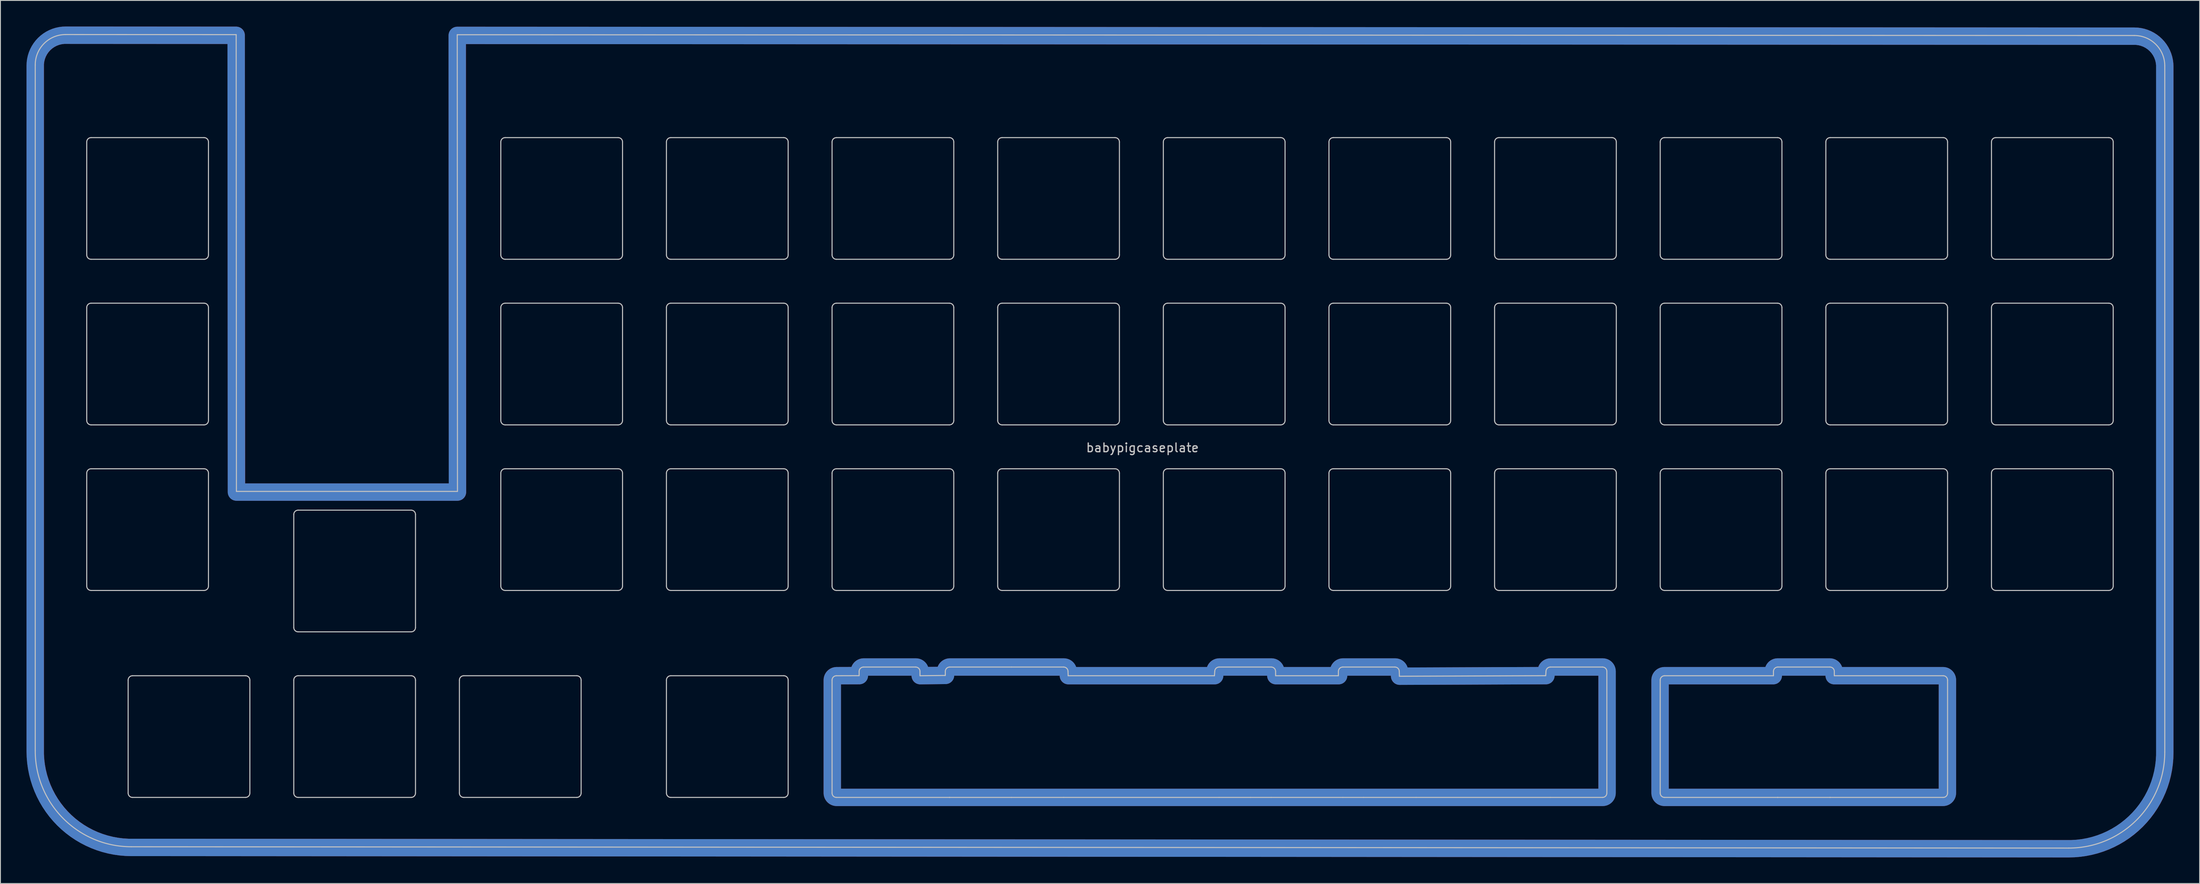
<source format=kicad_pcb>
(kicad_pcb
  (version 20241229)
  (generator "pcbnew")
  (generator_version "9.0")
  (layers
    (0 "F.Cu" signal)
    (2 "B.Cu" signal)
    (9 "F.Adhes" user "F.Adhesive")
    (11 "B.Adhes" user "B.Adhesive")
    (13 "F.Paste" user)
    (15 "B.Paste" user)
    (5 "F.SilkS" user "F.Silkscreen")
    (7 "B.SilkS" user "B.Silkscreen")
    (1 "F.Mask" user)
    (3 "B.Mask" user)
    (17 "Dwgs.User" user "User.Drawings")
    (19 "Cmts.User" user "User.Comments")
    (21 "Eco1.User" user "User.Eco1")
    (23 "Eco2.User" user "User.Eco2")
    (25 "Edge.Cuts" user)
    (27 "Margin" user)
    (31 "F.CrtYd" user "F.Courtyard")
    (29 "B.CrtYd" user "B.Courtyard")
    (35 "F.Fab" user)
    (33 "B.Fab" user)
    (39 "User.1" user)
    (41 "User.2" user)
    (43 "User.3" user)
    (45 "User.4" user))
  (footprint "babypigcaseplate"
    (layer "F.Cu")
    (at 128.353 47.963)
    (property "Reference" "babypigcaseplate" (at 0 0.5 0) (layer "Dwgs.User") (effects (font (size 1 1) (thickness 0.15))))
    (attr through_hole)
    (fp_line (start -127.35 35.359) (end -127.35 -43.544) (stroke (width 0.12) (type solid)) (layer "Dwgs.User"))
    (fp_line (start -123.855 -47.039) (end -104.239 -47.028) (stroke (width 0.12) (type solid)) (layer "Dwgs.User"))
    (fp_line (start -121.427 -21.681) (end -121.427 -34.681) (stroke (width 0.12) (type solid)) (layer "Dwgs.User"))
    (fp_line (start -121.427 -2.631) (end -121.427 -15.631) (stroke (width 0.12) (type solid)) (layer "Dwgs.User"))
    (fp_line (start -121.427 16.419) (end -121.427 3.419) (stroke (width 0.12) (type solid)) (layer "Dwgs.User"))
    (fp_line (start -120.927 -35.181) (end -107.927 -35.181) (stroke (width 0.12) (type solid)) (layer "Dwgs.User"))
    (fp_line (start -120.927 -16.131) (end -107.927 -16.131) (stroke (width 0.12) (type solid)) (layer "Dwgs.User"))
    (fp_line (start -120.927 2.919) (end -107.927 2.919) (stroke (width 0.12) (type solid)) (layer "Dwgs.User"))
    (fp_line (start -116.664 40.231) (end -116.664 27.231) (stroke (width 0.12) (type solid)) (layer "Dwgs.User"))
    (fp_line (start -116.164 26.731) (end -103.164 26.731) (stroke (width 0.12) (type solid)) (layer "Dwgs.User"))
    (fp_line (start -107.927 -21.181) (end -120.927 -21.181) (stroke (width 0.12) (type solid)) (layer "Dwgs.User"))
    (fp_line (start -107.927 -2.131) (end -120.927 -2.131) (stroke (width 0.12) (type solid)) (layer "Dwgs.User"))
    (fp_line (start -107.927 16.919) (end -120.927 16.919) (stroke (width 0.12) (type solid)) (layer "Dwgs.User"))
    (fp_line (start -107.427 -34.681) (end -107.427 -21.681) (stroke (width 0.12) (type solid)) (layer "Dwgs.User"))
    (fp_line (start -107.427 -15.631) (end -107.427 -2.631) (stroke (width 0.12) (type solid)) (layer "Dwgs.User"))
    (fp_line (start -107.427 3.419) (end -107.427 16.419) (stroke (width 0.12) (type solid)) (layer "Dwgs.User"))
    (fp_line (start -104.209 5.524) (end -104.239 -47.028) (stroke (width 0.12) (type solid)) (layer "Dwgs.User"))
    (fp_line (start -103.164 40.731) (end -116.164 40.731) (stroke (width 0.12) (type solid)) (layer "Dwgs.User"))
    (fp_line (start -102.664 27.231) (end -102.664 40.231) (stroke (width 0.12) (type solid)) (layer "Dwgs.User"))
    (fp_line (start -97.614 21.181) (end -97.614 8.181) (stroke (width 0.12) (type solid)) (layer "Dwgs.User"))
    (fp_line (start -97.614 40.231) (end -97.614 27.231) (stroke (width 0.12) (type solid)) (layer "Dwgs.User"))
    (fp_line (start -97.114 7.681) (end -84.114 7.681) (stroke (width 0.12) (type solid)) (layer "Dwgs.User"))
    (fp_line (start -97.114 26.731) (end -84.114 26.731) (stroke (width 0.12) (type solid)) (layer "Dwgs.User"))
    (fp_line (start -84.114 21.681) (end -97.114 21.681) (stroke (width 0.12) (type solid)) (layer "Dwgs.User"))
    (fp_line (start -84.114 40.731) (end -97.114 40.731) (stroke (width 0.12) (type solid)) (layer "Dwgs.User"))
    (fp_line (start -83.614 8.181) (end -83.614 21.181) (stroke (width 0.12) (type solid)) (layer "Dwgs.User"))
    (fp_line (start -83.614 27.231) (end -83.614 40.231) (stroke (width 0.12) (type solid)) (layer "Dwgs.User"))
    (fp_line (start -78.813 -47.018) (end -78.786 5.524) (stroke (width 0.12) (type solid)) (layer "Dwgs.User"))
    (fp_line (start -78.813 -47.018) (end 114.086 -46.927) (stroke (width 0.12) (type solid)) (layer "Dwgs.User"))
    (fp_line (start -78.786 5.524) (end -104.209 5.524) (stroke (width 0.12) (type solid)) (layer "Dwgs.User"))
    (fp_line (start -78.564 40.231) (end -78.564 27.231) (stroke (width 0.12) (type solid)) (layer "Dwgs.User"))
    (fp_line (start -78.064 26.731) (end -65.064 26.731) (stroke (width 0.12) (type solid)) (layer "Dwgs.User"))
    (fp_line (start -73.802 -21.681) (end -73.802 -34.681) (stroke (width 0.12) (type solid)) (layer "Dwgs.User"))
    (fp_line (start -73.802 -2.631) (end -73.802 -15.631) (stroke (width 0.12) (type solid)) (layer "Dwgs.User"))
    (fp_line (start -73.802 16.419) (end -73.802 3.419) (stroke (width 0.12) (type solid)) (layer "Dwgs.User"))
    (fp_line (start -73.302 -35.181) (end -60.302 -35.181) (stroke (width 0.12) (type solid)) (layer "Dwgs.User"))
    (fp_line (start -73.302 -16.131) (end -60.302 -16.131) (stroke (width 0.12) (type solid)) (layer "Dwgs.User"))
    (fp_line (start -73.302 2.919) (end -60.302 2.919) (stroke (width 0.12) (type solid)) (layer "Dwgs.User"))
    (fp_line (start -65.064 40.731) (end -78.064 40.731) (stroke (width 0.12) (type solid)) (layer "Dwgs.User"))
    (fp_line (start -64.564 27.231) (end -64.564 40.231) (stroke (width 0.12) (type solid)) (layer "Dwgs.User"))
    (fp_line (start -60.302 -21.181) (end -73.302 -21.181) (stroke (width 0.12) (type solid)) (layer "Dwgs.User"))
    (fp_line (start -60.302 -2.131) (end -73.302 -2.131) (stroke (width 0.12) (type solid)) (layer "Dwgs.User"))
    (fp_line (start -60.302 16.919) (end -73.302 16.919) (stroke (width 0.12) (type solid)) (layer "Dwgs.User"))
    (fp_line (start -59.802 -34.681) (end -59.802 -21.681) (stroke (width 0.12) (type solid)) (layer "Dwgs.User"))
    (fp_line (start -59.802 -15.631) (end -59.802 -2.631) (stroke (width 0.12) (type solid)) (layer "Dwgs.User"))
    (fp_line (start -59.802 3.419) (end -59.802 16.419) (stroke (width 0.12) (type solid)) (layer "Dwgs.User"))
    (fp_line (start -54.752 -21.681) (end -54.752 -34.681) (stroke (width 0.12) (type solid)) (layer "Dwgs.User"))
    (fp_line (start -54.752 -2.631) (end -54.752 -15.631) (stroke (width 0.12) (type solid)) (layer "Dwgs.User"))
    (fp_line (start -54.752 16.419) (end -54.752 3.419) (stroke (width 0.12) (type solid)) (layer "Dwgs.User"))
    (fp_line (start -54.752 40.231) (end -54.752 27.231) (stroke (width 0.12) (type solid)) (layer "Dwgs.User"))
    (fp_line (start -54.252 -35.181) (end -41.252 -35.181) (stroke (width 0.12) (type solid)) (layer "Dwgs.User"))
    (fp_line (start -54.252 -16.131) (end -41.252 -16.131) (stroke (width 0.12) (type solid)) (layer "Dwgs.User"))
    (fp_line (start -54.252 2.919) (end -41.252 2.919) (stroke (width 0.12) (type solid)) (layer "Dwgs.User"))
    (fp_line (start -54.252 26.731) (end -41.252 26.731) (stroke (width 0.12) (type solid)) (layer "Dwgs.User"))
    (fp_line (start -41.252 -21.181) (end -54.252 -21.181) (stroke (width 0.12) (type solid)) (layer "Dwgs.User"))
    (fp_line (start -41.252 -2.131) (end -54.252 -2.131) (stroke (width 0.12) (type solid)) (layer "Dwgs.User"))
    (fp_line (start -41.252 16.919) (end -54.252 16.919) (stroke (width 0.12) (type solid)) (layer "Dwgs.User"))
    (fp_line (start -41.252 40.731) (end -54.252 40.731) (stroke (width 0.12) (type solid)) (layer "Dwgs.User"))
    (fp_line (start -40.752 -34.681) (end -40.752 -21.681) (stroke (width 0.12) (type solid)) (layer "Dwgs.User"))
    (fp_line (start -40.752 -15.631) (end -40.752 -2.631) (stroke (width 0.12) (type solid)) (layer "Dwgs.User"))
    (fp_line (start -40.752 3.419) (end -40.752 16.419) (stroke (width 0.12) (type solid)) (layer "Dwgs.User"))
    (fp_line (start -40.752 27.231) (end -40.752 40.231) (stroke (width 0.12) (type solid)) (layer "Dwgs.User"))
    (fp_line (start -35.702 -21.681) (end -35.702 -34.681) (stroke (width 0.12) (type solid)) (layer "Dwgs.User"))
    (fp_line (start -35.702 -2.631) (end -35.702 -15.631) (stroke (width 0.12) (type solid)) (layer "Dwgs.User"))
    (fp_line (start -35.702 16.419) (end -35.702 3.419) (stroke (width 0.12) (type solid)) (layer "Dwgs.User"))
    (fp_line (start -35.702 27.231) (end -35.702 40.231) (stroke (width 0.12) (type solid)) (layer "Dwgs.User"))
    (fp_line (start -35.202 -35.181) (end -22.202 -35.181) (stroke (width 0.12) (type solid)) (layer "Dwgs.User"))
    (fp_line (start -35.202 -16.131) (end -22.202 -16.131) (stroke (width 0.12) (type solid)) (layer "Dwgs.User"))
    (fp_line (start -35.202 2.919) (end -22.202 2.919) (stroke (width 0.12) (type solid)) (layer "Dwgs.User"))
    (fp_line (start -35.202 26.731) (end -32.588 26.724) (stroke (width 0.12) (type solid)) (layer "Dwgs.User"))
    (fp_line (start -35.202 40.731) (end -22.202 40.731) (stroke (width 0.12) (type solid)) (layer "Dwgs.User"))
    (fp_line (start -32.589 26.232) (end -32.588 26.724) (stroke (width 0.12) (type solid)) (layer "Dwgs.User"))
    (fp_line (start -26.089 25.731) (end -32.089 25.731) (stroke (width 0.12) (type solid)) (layer "Dwgs.User"))
    (fp_line (start -25.589 26.731) (end -25.589 26.231) (stroke (width 0.12) (type solid)) (layer "Dwgs.User"))
    (fp_line (start -25.589 26.731) (end -22.677 26.698) (stroke (width 0.12) (type solid)) (layer "Dwgs.User"))
    (fp_line (start -22.677 26.231) (end -22.677 26.698) (stroke (width 0.12) (type solid)) (layer "Dwgs.User"))
    (fp_line (start -22.202 -21.181) (end -35.202 -21.181) (stroke (width 0.12) (type solid)) (layer "Dwgs.User"))
    (fp_line (start -22.202 -2.131) (end -35.202 -2.131) (stroke (width 0.12) (type solid)) (layer "Dwgs.User"))
    (fp_line (start -22.202 16.919) (end -35.202 16.919) (stroke (width 0.12) (type solid)) (layer "Dwgs.User"))
    (fp_line (start -22.177 40.731) (end -15.065 40.731) (stroke (width 0.12) (type solid)) (layer "Dwgs.User"))
    (fp_line (start -21.702 -34.681) (end -21.702 -21.681) (stroke (width 0.12) (type solid)) (layer "Dwgs.User"))
    (fp_line (start -21.702 -15.631) (end -21.702 -2.631) (stroke (width 0.12) (type solid)) (layer "Dwgs.User"))
    (fp_line (start -21.702 3.419) (end -21.702 16.419) (stroke (width 0.12) (type solid)) (layer "Dwgs.User"))
    (fp_line (start -16.652 -21.681) (end -16.652 -34.681) (stroke (width 0.12) (type solid)) (layer "Dwgs.User"))
    (fp_line (start -16.652 -2.631) (end -16.652 -15.631) (stroke (width 0.12) (type solid)) (layer "Dwgs.User"))
    (fp_line (start -16.652 16.419) (end -16.652 3.419) (stroke (width 0.12) (type solid)) (layer "Dwgs.User"))
    (fp_line (start -16.152 -35.181) (end -3.152 -35.181) (stroke (width 0.12) (type solid)) (layer "Dwgs.User"))
    (fp_line (start -16.152 -16.131) (end -3.152 -16.131) (stroke (width 0.12) (type solid)) (layer "Dwgs.User"))
    (fp_line (start -16.152 2.919) (end -3.152 2.919) (stroke (width 0.12) (type solid)) (layer "Dwgs.User"))
    (fp_line (start -15.065 25.731) (end -22.177 25.731) (stroke (width 0.12) (type solid)) (layer "Dwgs.User"))
    (fp_line (start -15.065 40.731) (end -9.065 40.731) (stroke (width 0.12) (type solid)) (layer "Dwgs.User"))
    (fp_line (start -9.065 25.731) (end -15.065 25.731) (stroke (width 0.12) (type solid)) (layer "Dwgs.User"))
    (fp_line (start -8.549 26.731) (end -8.565 26.231) (stroke (width 0.12) (type solid)) (layer "Dwgs.User"))
    (fp_line (start -8.549 26.731) (end 8.278 26.731) (stroke (width 0.12) (type solid)) (layer "Dwgs.User"))
    (fp_line (start -3.152 -21.181) (end -16.152 -21.181) (stroke (width 0.12) (type solid)) (layer "Dwgs.User"))
    (fp_line (start -3.152 -2.131) (end -16.152 -2.131) (stroke (width 0.12) (type solid)) (layer "Dwgs.User"))
    (fp_line (start -3.152 16.919) (end -16.152 16.919) (stroke (width 0.12) (type solid)) (layer "Dwgs.User"))
    (fp_line (start -2.652 -34.681) (end -2.652 -21.681) (stroke (width 0.12) (type solid)) (layer "Dwgs.User"))
    (fp_line (start -2.652 -15.631) (end -2.652 -2.631) (stroke (width 0.12) (type solid)) (layer "Dwgs.User"))
    (fp_line (start -2.652 3.419) (end -2.652 16.419) (stroke (width 0.12) (type solid)) (layer "Dwgs.User"))
    (fp_line (start 2.398 -21.681) (end 2.398 -34.681) (stroke (width 0.12) (type solid)) (layer "Dwgs.User"))
    (fp_line (start 2.398 -2.631) (end 2.398 -15.631) (stroke (width 0.12) (type solid)) (layer "Dwgs.User"))
    (fp_line (start 2.398 16.419) (end 2.398 3.419) (stroke (width 0.12) (type solid)) (layer "Dwgs.User"))
    (fp_line (start 2.898 -35.181) (end 15.898 -35.181) (stroke (width 0.12) (type solid)) (layer "Dwgs.User"))
    (fp_line (start 2.898 -16.131) (end 15.898 -16.131) (stroke (width 0.12) (type solid)) (layer "Dwgs.User"))
    (fp_line (start 2.898 2.919) (end 15.898 2.919) (stroke (width 0.12) (type solid)) (layer "Dwgs.User"))
    (fp_line (start 8.278 26.731) (end 8.311 26.231) (stroke (width 0.12) (type solid)) (layer "Dwgs.User"))
    (fp_line (start 8.811 25.731) (end 14.811 25.731) (stroke (width 0.12) (type solid)) (layer "Dwgs.User"))
    (fp_line (start 8.811 40.731) (end -9.065 40.731) (stroke (width 0.12) (type solid)) (layer "Dwgs.User"))
    (fp_line (start 12.423 40.731) (end 8.811 40.731) (stroke (width 0.12) (type solid)) (layer "Dwgs.User"))
    (fp_line (start 14.811 40.731) (end 12.423 40.731) (stroke (width 0.12) (type solid)) (layer "Dwgs.User"))
    (fp_line (start 15.311 26.231) (end 15.311 26.731) (stroke (width 0.12) (type solid)) (layer "Dwgs.User"))
    (fp_line (start 15.311 26.731) (end 22.535 26.731) (stroke (width 0.12) (type solid)) (layer "Dwgs.User"))
    (fp_line (start 15.898 -21.181) (end 2.898 -21.181) (stroke (width 0.12) (type solid)) (layer "Dwgs.User"))
    (fp_line (start 15.898 -2.131) (end 2.898 -2.131) (stroke (width 0.12) (type solid)) (layer "Dwgs.User"))
    (fp_line (start 15.898 16.919) (end 2.898 16.919) (stroke (width 0.12) (type solid)) (layer "Dwgs.User"))
    (fp_line (start 16.398 -34.681) (end 16.398 -21.681) (stroke (width 0.12) (type solid)) (layer "Dwgs.User"))
    (fp_line (start 16.398 -15.631) (end 16.398 -2.631) (stroke (width 0.12) (type solid)) (layer "Dwgs.User"))
    (fp_line (start 16.398 3.419) (end 16.398 16.419) (stroke (width 0.12) (type solid)) (layer "Dwgs.User"))
    (fp_line (start 21.448 -21.681) (end 21.448 -34.681) (stroke (width 0.12) (type solid)) (layer "Dwgs.User"))
    (fp_line (start 21.448 -2.631) (end 21.448 -15.631) (stroke (width 0.12) (type solid)) (layer "Dwgs.User"))
    (fp_line (start 21.448 16.419) (end 21.448 3.419) (stroke (width 0.12) (type solid)) (layer "Dwgs.User"))
    (fp_line (start 21.948 -35.181) (end 34.948 -35.181) (stroke (width 0.12) (type solid)) (layer "Dwgs.User"))
    (fp_line (start 21.948 -16.131) (end 34.948 -16.131) (stroke (width 0.12) (type solid)) (layer "Dwgs.User"))
    (fp_line (start 21.948 2.919) (end 34.948 2.919) (stroke (width 0.12) (type solid)) (layer "Dwgs.User"))
    (fp_line (start 22.535 26.731) (end 22.535 26.231) (stroke (width 0.12) (type solid)) (layer "Dwgs.User"))
    (fp_line (start 23.035 25.731) (end 29.035 25.731) (stroke (width 0.12) (type solid)) (layer "Dwgs.User"))
    (fp_line (start 23.035 40.731) (end 14.811 40.731) (stroke (width 0.12) (type solid)) (layer "Dwgs.User"))
    (fp_line (start 25.423 40.731) (end 23.035 40.731) (stroke (width 0.12) (type solid)) (layer "Dwgs.User"))
    (fp_line (start 29.535 26.231) (end 29.551 26.79) (stroke (width 0.12) (type solid)) (layer "Dwgs.User"))
    (fp_line (start 29.551 26.79) (end 46.378 26.726) (stroke (width 0.12) (type solid)) (layer "Dwgs.User"))
    (fp_line (start 31.473 40.731) (end 25.423 40.731) (stroke (width 0.12) (type solid)) (layer "Dwgs.User"))
    (fp_line (start 34.948 -21.181) (end 21.948 -21.181) (stroke (width 0.12) (type solid)) (layer "Dwgs.User"))
    (fp_line (start 34.948 -2.131) (end 21.948 -2.131) (stroke (width 0.12) (type solid)) (layer "Dwgs.User"))
    (fp_line (start 34.948 16.919) (end 21.948 16.919) (stroke (width 0.12) (type solid)) (layer "Dwgs.User"))
    (fp_line (start 35.448 -34.681) (end 35.448 -21.681) (stroke (width 0.12) (type solid)) (layer "Dwgs.User"))
    (fp_line (start 35.448 -15.631) (end 35.448 -2.631) (stroke (width 0.12) (type solid)) (layer "Dwgs.User"))
    (fp_line (start 35.448 3.419) (end 35.448 16.419) (stroke (width 0.12) (type solid)) (layer "Dwgs.User"))
    (fp_line (start 40.498 -21.681) (end 40.498 -34.681) (stroke (width 0.12) (type solid)) (layer "Dwgs.User"))
    (fp_line (start 40.498 -2.631) (end 40.498 -15.631) (stroke (width 0.12) (type solid)) (layer "Dwgs.User"))
    (fp_line (start 40.498 16.419) (end 40.498 3.419) (stroke (width 0.12) (type solid)) (layer "Dwgs.User"))
    (fp_line (start 40.998 -35.181) (end 53.998 -35.181) (stroke (width 0.12) (type solid)) (layer "Dwgs.User"))
    (fp_line (start 40.998 -16.131) (end 53.998 -16.131) (stroke (width 0.12) (type solid)) (layer "Dwgs.User"))
    (fp_line (start 40.998 2.919) (end 53.998 2.919) (stroke (width 0.12) (type solid)) (layer "Dwgs.User"))
    (fp_line (start 46.378 26.726) (end 46.411 26.231) (stroke (width 0.12) (type solid)) (layer "Dwgs.User"))
    (fp_line (start 46.911 25.731) (end 52.911 25.731) (stroke (width 0.12) (type solid)) (layer "Dwgs.User"))
    (fp_line (start 46.911 40.731) (end 31.473 40.731) (stroke (width 0.12) (type solid)) (layer "Dwgs.User"))
    (fp_line (start 52.911 40.731) (end 46.911 40.731) (stroke (width 0.12) (type solid)) (layer "Dwgs.User"))
    (fp_line (start 53.411 26.231) (end 53.411 40.231) (stroke (width 0.12) (type solid)) (layer "Dwgs.User"))
    (fp_line (start 53.998 -21.181) (end 40.998 -21.181) (stroke (width 0.12) (type solid)) (layer "Dwgs.User"))
    (fp_line (start 53.998 -2.131) (end 40.998 -2.131) (stroke (width 0.12) (type solid)) (layer "Dwgs.User"))
    (fp_line (start 53.998 16.919) (end 40.998 16.919) (stroke (width 0.12) (type solid)) (layer "Dwgs.User"))
    (fp_line (start 54.498 -34.681) (end 54.498 -21.681) (stroke (width 0.12) (type solid)) (layer "Dwgs.User"))
    (fp_line (start 54.498 -15.631) (end 54.498 -2.631) (stroke (width 0.12) (type solid)) (layer "Dwgs.User"))
    (fp_line (start 54.498 3.419) (end 54.498 16.419) (stroke (width 0.12) (type solid)) (layer "Dwgs.User"))
    (fp_line (start 59.548 -21.681) (end 59.548 -34.681) (stroke (width 0.12) (type solid)) (layer "Dwgs.User"))
    (fp_line (start 59.548 -2.631) (end 59.548 -15.631) (stroke (width 0.12) (type solid)) (layer "Dwgs.User"))
    (fp_line (start 59.548 16.419) (end 59.548 3.419) (stroke (width 0.12) (type solid)) (layer "Dwgs.User"))
    (fp_line (start 59.548 27.231) (end 59.548 40.231) (stroke (width 0.12) (type solid)) (layer "Dwgs.User"))
    (fp_line (start 60.048 -35.181) (end 73.048 -35.181) (stroke (width 0.12) (type solid)) (layer "Dwgs.User"))
    (fp_line (start 60.048 -16.131) (end 73.048 -16.131) (stroke (width 0.12) (type solid)) (layer "Dwgs.User"))
    (fp_line (start 60.048 2.919) (end 73.048 2.919) (stroke (width 0.12) (type solid)) (layer "Dwgs.User"))
    (fp_line (start 60.048 40.731) (end 73.048 40.731) (stroke (width 0.12) (type solid)) (layer "Dwgs.User"))
    (fp_line (start 72.573 26.231) (end 72.573 26.731) (stroke (width 0.12) (type solid)) (layer "Dwgs.User"))
    (fp_line (start 72.573 26.731) (end 60.048 26.731) (stroke (width 0.12) (type solid)) (layer "Dwgs.User"))
    (fp_line (start 73.048 -21.181) (end 60.048 -21.181) (stroke (width 0.12) (type solid)) (layer "Dwgs.User"))
    (fp_line (start 73.048 -2.131) (end 60.048 -2.131) (stroke (width 0.12) (type solid)) (layer "Dwgs.User"))
    (fp_line (start 73.048 16.919) (end 60.048 16.919) (stroke (width 0.12) (type solid)) (layer "Dwgs.User"))
    (fp_line (start 73.073 40.731) (end 79.073 40.731) (stroke (width 0.12) (type solid)) (layer "Dwgs.User"))
    (fp_line (start 73.548 -34.681) (end 73.548 -21.681) (stroke (width 0.12) (type solid)) (layer "Dwgs.User"))
    (fp_line (start 73.548 -15.631) (end 73.548 -2.631) (stroke (width 0.12) (type solid)) (layer "Dwgs.User"))
    (fp_line (start 73.548 3.419) (end 73.548 16.419) (stroke (width 0.12) (type solid)) (layer "Dwgs.User"))
    (fp_line (start 78.598 -21.681) (end 78.598 -34.681) (stroke (width 0.12) (type solid)) (layer "Dwgs.User"))
    (fp_line (start 78.598 -2.631) (end 78.598 -15.631) (stroke (width 0.12) (type solid)) (layer "Dwgs.User"))
    (fp_line (start 78.598 16.419) (end 78.598 3.419) (stroke (width 0.12) (type solid)) (layer "Dwgs.User"))
    (fp_line (start 79.073 25.731) (end 73.073 25.731) (stroke (width 0.12) (type solid)) (layer "Dwgs.User"))
    (fp_line (start 79.098 -35.181) (end 92.098 -35.181) (stroke (width 0.12) (type solid)) (layer "Dwgs.User"))
    (fp_line (start 79.098 -16.131) (end 92.098 -16.131) (stroke (width 0.12) (type solid)) (layer "Dwgs.User"))
    (fp_line (start 79.098 2.919) (end 92.098 2.919) (stroke (width 0.12) (type solid)) (layer "Dwgs.User"))
    (fp_line (start 79.098 40.731) (end 92.098 40.731) (stroke (width 0.12) (type solid)) (layer "Dwgs.User"))
    (fp_line (start 79.573 26.731) (end 79.573 26.231) (stroke (width 0.12) (type solid)) (layer "Dwgs.User"))
    (fp_line (start 92.098 -21.181) (end 79.098 -21.181) (stroke (width 0.12) (type solid)) (layer "Dwgs.User"))
    (fp_line (start 92.098 -2.131) (end 79.098 -2.131) (stroke (width 0.12) (type solid)) (layer "Dwgs.User"))
    (fp_line (start 92.098 16.919) (end 79.098 16.919) (stroke (width 0.12) (type solid)) (layer "Dwgs.User"))
    (fp_line (start 92.098 26.731) (end 79.573 26.731) (stroke (width 0.12) (type solid)) (layer "Dwgs.User"))
    (fp_line (start 92.598 -34.681) (end 92.598 -21.681) (stroke (width 0.12) (type solid)) (layer "Dwgs.User"))
    (fp_line (start 92.598 -15.631) (end 92.598 -2.631) (stroke (width 0.12) (type solid)) (layer "Dwgs.User"))
    (fp_line (start 92.598 3.419) (end 92.598 16.419) (stroke (width 0.12) (type solid)) (layer "Dwgs.User"))
    (fp_line (start 92.598 40.231) (end 92.598 27.231) (stroke (width 0.12) (type solid)) (layer "Dwgs.User"))
    (fp_line (start 97.648 -21.681) (end 97.648 -34.681) (stroke (width 0.12) (type solid)) (layer "Dwgs.User"))
    (fp_line (start 97.648 -2.631) (end 97.648 -15.631) (stroke (width 0.12) (type solid)) (layer "Dwgs.User"))
    (fp_line (start 97.648 16.419) (end 97.648 3.419) (stroke (width 0.12) (type solid)) (layer "Dwgs.User"))
    (fp_line (start 98.148 -35.181) (end 111.148 -35.181) (stroke (width 0.12) (type solid)) (layer "Dwgs.User"))
    (fp_line (start 98.148 -16.131) (end 111.148 -16.131) (stroke (width 0.12) (type solid)) (layer "Dwgs.User"))
    (fp_line (start 98.148 2.919) (end 111.148 2.919) (stroke (width 0.12) (type solid)) (layer "Dwgs.User"))
    (fp_line (start 106.532 46.56) (end -116.301 46.408) (stroke (width 0.12) (type solid)) (layer "Dwgs.User"))
    (fp_line (start 111.148 -21.181) (end 98.148 -21.181) (stroke (width 0.12) (type solid)) (layer "Dwgs.User"))
    (fp_line (start 111.148 -2.131) (end 98.148 -2.131) (stroke (width 0.12) (type solid)) (layer "Dwgs.User"))
    (fp_line (start 111.148 16.919) (end 98.148 16.919) (stroke (width 0.12) (type solid)) (layer "Dwgs.User"))
    (fp_line (start 111.648 -34.681) (end 111.648 -21.681) (stroke (width 0.12) (type solid)) (layer "Dwgs.User"))
    (fp_line (start 111.648 -15.631) (end 111.648 -2.631) (stroke (width 0.12) (type solid)) (layer "Dwgs.User"))
    (fp_line (start 111.648 3.419) (end 111.648 16.419) (stroke (width 0.12) (type solid)) (layer "Dwgs.User"))
    (fp_line (start 117.581 -43.432) (end 117.582 35.511) (stroke (width 0.12) (type solid)) (layer "Dwgs.User"))
    (fp_arc (start -127.35046 -43.54378) (mid -126.326786 -46.015146) (end -123.85542 -47.03882) (stroke (width 0.12) (type solid)) (layer "Dwgs.User"))
    (fp_arc (start -121.42682 -34.68116) (mid -121.280373 -35.034713) (end -120.92682 -35.18116) (stroke (width 0.12) (type solid)) (layer "Dwgs.User"))
    (fp_arc (start -121.42682 -15.63116) (mid -121.280373 -15.984713) (end -120.92682 -16.13116) (stroke (width 0.12) (type solid)) (layer "Dwgs.User"))
    (fp_arc (start -121.42682 3.418841) (mid -121.280374 3.065287) (end -120.92682 2.91884) (stroke (width 0.12) (type solid)) (layer "Dwgs.User"))
    (fp_arc (start -120.92682 -21.18116) (mid -121.280373 -21.327607) (end -121.42682 -21.68116) (stroke (width 0.12) (type solid)) (layer "Dwgs.User"))
    (fp_arc (start -120.92682 -2.131161) (mid -121.280373 -2.277607) (end -121.426819 -2.63116) (stroke (width 0.12) (type solid)) (layer "Dwgs.User"))
    (fp_arc (start -120.92682 16.91884) (mid -121.280373 16.772393) (end -121.42682 16.41884) (stroke (width 0.12) (type solid)) (layer "Dwgs.User"))
    (fp_arc (start -116.66436 27.23134) (mid -116.517913 26.877787) (end -116.16436 26.73134) (stroke (width 0.12) (type solid)) (layer "Dwgs.User"))
    (fp_arc (start -116.30146 46.40774) (mid -124.114283 43.171563) (end -127.35046 35.35874) (stroke (width 0.12) (type solid)) (layer "Dwgs.User"))
    (fp_arc (start -116.16436 40.73134) (mid -116.517913 40.584893) (end -116.66436 40.23134) (stroke (width 0.12) (type solid)) (layer "Dwgs.User"))
    (fp_arc (start -107.926862 -16.131159) (mid -107.573309 -15.984714) (end -107.426861 -15.631162) (stroke (width 0.12) (type solid)) (layer "Dwgs.User"))
    (fp_arc (start -107.92686 -35.18116) (mid -107.573307 -35.034713) (end -107.42686 -34.68116) (stroke (width 0.12) (type solid)) (layer "Dwgs.User"))
    (fp_arc (start -107.92686 2.91884) (mid -107.573307 3.065287) (end -107.42686 3.41884) (stroke (width 0.12) (type solid)) (layer "Dwgs.User"))
    (fp_arc (start -107.42686 -21.68116) (mid -107.573307 -21.327607) (end -107.92686 -21.18116) (stroke (width 0.12) (type solid)) (layer "Dwgs.User"))
    (fp_arc (start -107.42686 -2.63116) (mid -107.573307 -2.277607) (end -107.92686 -2.13116) (stroke (width 0.12) (type solid)) (layer "Dwgs.User"))
    (fp_arc (start -107.42686 16.41884) (mid -107.573307 16.772393) (end -107.92686 16.91884) (stroke (width 0.12) (type solid)) (layer "Dwgs.User"))
    (fp_arc (start -103.16436 26.73134) (mid -102.810807 26.877787) (end -102.66436 27.23134) (stroke (width 0.12) (type solid)) (layer "Dwgs.User"))
    (fp_arc (start -102.66436 40.23134) (mid -102.810807 40.584893) (end -103.16436 40.73134) (stroke (width 0.12) (type solid)) (layer "Dwgs.User"))
    (fp_arc (start -97.61436 8.18134) (mid -97.467913 7.827787) (end -97.11436 7.68134) (stroke (width 0.12) (type solid)) (layer "Dwgs.User"))
    (fp_arc (start -97.61436 27.23134) (mid -97.467913 26.877787) (end -97.11436 26.73134) (stroke (width 0.12) (type solid)) (layer "Dwgs.User"))
    (fp_arc (start -97.11436 21.68134) (mid -97.467913 21.534893) (end -97.61436 21.18134) (stroke (width 0.12) (type solid)) (layer "Dwgs.User"))
    (fp_arc (start -97.11436 40.73134) (mid -97.467913 40.584893) (end -97.61436 40.23134) (stroke (width 0.12) (type solid)) (layer "Dwgs.User"))
    (fp_arc (start -84.11436 7.68134) (mid -83.760807 7.827787) (end -83.61436 8.18134) (stroke (width 0.12) (type solid)) (layer "Dwgs.User"))
    (fp_arc (start -84.11436 26.73134) (mid -83.760807 26.877787) (end -83.61436 27.23134) (stroke (width 0.12) (type solid)) (layer "Dwgs.User"))
    (fp_arc (start -83.61436 21.18134) (mid -83.760807 21.534893) (end -84.11436 21.68134) (stroke (width 0.12) (type solid)) (layer "Dwgs.User"))
    (fp_arc (start -83.61436 40.23134) (mid -83.760807 40.584893) (end -84.11436 40.73134) (stroke (width 0.12) (type solid)) (layer "Dwgs.User"))
    (fp_arc (start -78.56436 27.23134) (mid -78.417913 26.877787) (end -78.06436 26.73134) (stroke (width 0.12) (type solid)) (layer "Dwgs.User"))
    (fp_arc (start -78.06436 40.73134) (mid -78.417913 40.584893) (end -78.56436 40.23134) (stroke (width 0.12) (type solid)) (layer "Dwgs.User"))
    (fp_arc (start -73.80186 -34.68116) (mid -73.655413 -35.034713) (end -73.30186 -35.18116) (stroke (width 0.12) (type solid)) (layer "Dwgs.User"))
    (fp_arc (start -73.80186 -15.63116) (mid -73.655413 -15.984713) (end -73.30186 -16.13116) (stroke (width 0.12) (type solid)) (layer "Dwgs.User"))
    (fp_arc (start -73.80186 3.41884) (mid -73.655413 3.065287) (end -73.30186 2.91884) (stroke (width 0.12) (type solid)) (layer "Dwgs.User"))
    (fp_arc (start -73.30186 -21.18116) (mid -73.655413 -21.327607) (end -73.80186 -21.68116) (stroke (width 0.12) (type solid)) (layer "Dwgs.User"))
    (fp_arc (start -73.30186 -2.13116) (mid -73.655413 -2.277607) (end -73.80186 -2.63116) (stroke (width 0.12) (type solid)) (layer "Dwgs.User"))
    (fp_arc (start -73.30186 16.91884) (mid -73.655413 16.772393) (end -73.80186 16.41884) (stroke (width 0.12) (type solid)) (layer "Dwgs.User"))
    (fp_arc (start -65.06436 26.73134) (mid -64.710807 26.877787) (end -64.56436 27.23134) (stroke (width 0.12) (type solid)) (layer "Dwgs.User"))
    (fp_arc (start -64.56436 40.23134) (mid -64.710807 40.584893) (end -65.06436 40.73134) (stroke (width 0.12) (type solid)) (layer "Dwgs.User"))
    (fp_arc (start -60.301862 -16.131159) (mid -59.948309 -15.984714) (end -59.801861 -15.631162) (stroke (width 0.12) (type solid)) (layer "Dwgs.User"))
    (fp_arc (start -60.30186 -35.18116) (mid -59.948307 -35.034713) (end -59.80186 -34.68116) (stroke (width 0.12) (type solid)) (layer "Dwgs.User"))
    (fp_arc (start -60.30186 2.91884) (mid -59.948307 3.065287) (end -59.80186 3.41884) (stroke (width 0.12) (type solid)) (layer "Dwgs.User"))
    (fp_arc (start -59.80186 -21.68116) (mid -59.948307 -21.327607) (end -60.30186 -21.18116) (stroke (width 0.12) (type solid)) (layer "Dwgs.User"))
    (fp_arc (start -59.80186 -2.63116) (mid -59.948307 -2.277607) (end -60.30186 -2.13116) (stroke (width 0.12) (type solid)) (layer "Dwgs.User"))
    (fp_arc (start -59.80186 16.41884) (mid -59.948307 16.772393) (end -60.30186 16.91884) (stroke (width 0.12) (type solid)) (layer "Dwgs.User"))
    (fp_arc (start -54.75186 -34.68116) (mid -54.605413 -35.034713) (end -54.25186 -35.18116) (stroke (width 0.12) (type solid)) (layer "Dwgs.User"))
    (fp_arc (start -54.75186 -15.63116) (mid -54.605413 -15.984713) (end -54.25186 -16.13116) (stroke (width 0.12) (type solid)) (layer "Dwgs.User"))
    (fp_arc (start -54.75186 3.41884) (mid -54.605413 3.065287) (end -54.25186 2.91884) (stroke (width 0.12) (type solid)) (layer "Dwgs.User"))
    (fp_arc (start -54.75186 27.23134) (mid -54.605413 26.877787) (end -54.25186 26.73134) (stroke (width 0.12) (type solid)) (layer "Dwgs.User"))
    (fp_arc (start -54.25186 -21.18116) (mid -54.605413 -21.327607) (end -54.75186 -21.68116) (stroke (width 0.12) (type solid)) (layer "Dwgs.User"))
    (fp_arc (start -54.25186 -2.13116) (mid -54.605413 -2.277607) (end -54.75186 -2.63116) (stroke (width 0.12) (type solid)) (layer "Dwgs.User"))
    (fp_arc (start -54.25186 16.91884) (mid -54.605413 16.772393) (end -54.75186 16.41884) (stroke (width 0.12) (type solid)) (layer "Dwgs.User"))
    (fp_arc (start -54.25186 40.73134) (mid -54.605413 40.584893) (end -54.75186 40.23134) (stroke (width 0.12) (type solid)) (layer "Dwgs.User"))
    (fp_arc (start -41.25186 -16.13116) (mid -40.898307 -15.984713) (end -40.75186 -15.63116) (stroke (width 0.12) (type solid)) (layer "Dwgs.User"))
    (fp_arc (start -41.25186 26.73134) (mid -40.898307 26.877787) (end -40.75186 27.23134) (stroke (width 0.12) (type solid)) (layer "Dwgs.User"))
    (fp_arc (start -41.251859 -35.181159) (mid -40.898307 -35.034712) (end -40.751861 -34.681159) (stroke (width 0.12) (type solid)) (layer "Dwgs.User"))
    (fp_arc (start -41.251859 2.918841) (mid -40.898307 3.065288) (end -40.751861 3.418841) (stroke (width 0.12) (type solid)) (layer "Dwgs.User"))
    (fp_arc (start -40.75186 -21.68116) (mid -40.898307 -21.327607) (end -41.25186 -21.18116) (stroke (width 0.12) (type solid)) (layer "Dwgs.User"))
    (fp_arc (start -40.75186 -2.63116) (mid -40.898307 -2.277607) (end -41.25186 -2.13116) (stroke (width 0.12) (type solid)) (layer "Dwgs.User"))
    (fp_arc (start -40.75186 16.41884) (mid -40.898307 16.772393) (end -41.25186 16.91884) (stroke (width 0.12) (type solid)) (layer "Dwgs.User"))
    (fp_arc (start -40.75186 40.23134) (mid -40.898307 40.584893) (end -41.25186 40.73134) (stroke (width 0.12) (type solid)) (layer "Dwgs.User"))
    (fp_arc (start -35.70186 -34.68116) (mid -35.555413 -35.034713) (end -35.20186 -35.18116) (stroke (width 0.12) (type solid)) (layer "Dwgs.User"))
    (fp_arc (start -35.70186 3.41884) (mid -35.555413 3.065287) (end -35.20186 2.91884) (stroke (width 0.12) (type solid)) (layer "Dwgs.User"))
    (fp_arc (start -35.70186 27.23134) (mid -35.555413 26.877787) (end -35.20186 26.73134) (stroke (width 0.12) (type solid)) (layer "Dwgs.User"))
    (fp_arc (start -35.701859 -15.63116) (mid -35.555413 -15.984713) (end -35.20186 -16.131159) (stroke (width 0.12) (type solid)) (layer "Dwgs.User"))
    (fp_arc (start -35.20186 -21.18116) (mid -35.555413 -21.327607) (end -35.70186 -21.68116) (stroke (width 0.12) (type solid)) (layer "Dwgs.User"))
    (fp_arc (start -35.20186 -2.13116) (mid -35.555413 -2.277607) (end -35.70186 -2.63116) (stroke (width 0.12) (type solid)) (layer "Dwgs.User"))
    (fp_arc (start -35.20186 16.91884) (mid -35.555413 16.772393) (end -35.70186 16.41884) (stroke (width 0.12) (type solid)) (layer "Dwgs.User"))
    (fp_arc (start -35.20186 40.73134) (mid -35.555413 40.584893) (end -35.70186 40.23134) (stroke (width 0.12) (type solid)) (layer "Dwgs.User"))
    (fp_arc (start -32.588904 26.232283) (mid -32.442876 25.877951) (end -32.088804 25.731294) (stroke (width 0.12) (type solid)) (layer "Dwgs.User"))
    (fp_arc (start -26.08876 25.73134) (mid -25.735207 25.877787) (end -25.58876 26.23134) (stroke (width 0.12) (type solid)) (layer "Dwgs.User"))
    (fp_arc (start -22.67676 26.23134) (mid -22.530313 25.877787) (end -22.17676 25.73134) (stroke (width 0.12) (type solid)) (layer "Dwgs.User"))
    (fp_arc (start -22.201762 -16.131159) (mid -21.848209 -15.984714) (end -21.701761 -15.631162) (stroke (width 0.12) (type solid)) (layer "Dwgs.User"))
    (fp_arc (start -22.20176 -35.18116) (mid -21.848207 -35.034713) (end -21.70176 -34.68116) (stroke (width 0.12) (type solid)) (layer "Dwgs.User"))
    (fp_arc (start -22.201759 2.918841) (mid -21.848207 3.065288) (end -21.701761 3.418841) (stroke (width 0.12) (type solid)) (layer "Dwgs.User"))
    (fp_arc (start -22.18926 40.731184) (mid -22.19551 40.731301) (end -22.20176 40.73134) (stroke (width 0.12) (type solid)) (layer "Dwgs.User"))
    (fp_arc (start -22.176762 40.731338) (mid -22.183012 40.731299) (end -22.189262 40.731182) (stroke (width 0.12) (type solid)) (layer "Dwgs.User"))
    (fp_arc (start -21.701761 16.41884) (mid -21.848207 16.772393) (end -22.20176 16.918839) (stroke (width 0.12) (type solid)) (layer "Dwgs.User"))
    (fp_arc (start -21.70176 -21.68116) (mid -21.848207 -21.327607) (end -22.20176 -21.18116) (stroke (width 0.12) (type solid)) (layer "Dwgs.User"))
    (fp_arc (start -21.70176 -2.63116) (mid -21.848207 -2.277607) (end -22.20176 -2.13116) (stroke (width 0.12) (type solid)) (layer "Dwgs.User"))
    (fp_arc (start -16.65176 -34.68116) (mid -16.505313 -35.034713) (end -16.15176 -35.18116) (stroke (width 0.12) (type solid)) (layer "Dwgs.User"))
    (fp_arc (start -16.65176 3.41884) (mid -16.505313 3.065287) (end -16.15176 2.91884) (stroke (width 0.12) (type solid)) (layer "Dwgs.User"))
    (fp_arc (start -16.651759 -15.63116) (mid -16.505313 -15.984713) (end -16.15176 -16.131159) (stroke (width 0.12) (type solid)) (layer "Dwgs.User"))
    (fp_arc (start -16.15176 -21.18116) (mid -16.505313 -21.327607) (end -16.65176 -21.68116) (stroke (width 0.12) (type solid)) (layer "Dwgs.User"))
    (fp_arc (start -16.15176 -2.13116) (mid -16.505313 -2.277607) (end -16.65176 -2.63116) (stroke (width 0.12) (type solid)) (layer "Dwgs.User"))
    (fp_arc (start -16.15176 16.91884) (mid -16.505313 16.772393) (end -16.65176 16.41884) (stroke (width 0.12) (type solid)) (layer "Dwgs.User"))
    (fp_arc (start -9.06476 25.73134) (mid -8.711207 25.877787) (end -8.56476 26.23134) (stroke (width 0.12) (type solid)) (layer "Dwgs.User"))
    (fp_arc (start -3.15176 -35.18116) (mid -2.798207 -35.034713) (end -2.65176 -34.68116) (stroke (width 0.12) (type solid)) (layer "Dwgs.User"))
    (fp_arc (start -3.151759 -16.131159) (mid -2.798207 -15.984712) (end -2.651761 -15.631159) (stroke (width 0.12) (type solid)) (layer "Dwgs.User"))
    (fp_arc (start -3.151759 2.918841) (mid -2.798207 3.065288) (end -2.651761 3.418841) (stroke (width 0.12) (type solid)) (layer "Dwgs.User"))
    (fp_arc (start -2.65176 -21.68116) (mid -2.798207 -21.327607) (end -3.15176 -21.18116) (stroke (width 0.12) (type solid)) (layer "Dwgs.User"))
    (fp_arc (start -2.65176 -2.63116) (mid -2.798207 -2.277607) (end -3.15176 -2.13116) (stroke (width 0.12) (type solid)) (layer "Dwgs.User"))
    (fp_arc (start -2.65176 16.41884) (mid -2.798207 16.772393) (end -3.15176 16.91884) (stroke (width 0.12) (type solid)) (layer "Dwgs.User"))
    (fp_arc (start 2.398239 -15.63116) (mid 2.544686 -15.984714) (end 2.89824 -16.131161) (stroke (width 0.12) (type solid)) (layer "Dwgs.User"))
    (fp_arc (start 2.39824 -34.68116) (mid 2.544687 -35.034713) (end 2.89824 -35.18116) (stroke (width 0.12) (type solid)) (layer "Dwgs.User"))
    (fp_arc (start 2.39824 3.41884) (mid 2.544687 3.065287) (end 2.89824 2.91884) (stroke (width 0.12) (type solid)) (layer "Dwgs.User"))
    (fp_arc (start 2.89824 16.91884) (mid 2.544687 16.772393) (end 2.39824 16.41884) (stroke (width 0.12) (type solid)) (layer "Dwgs.User"))
    (fp_arc (start 2.898241 -21.18116) (mid 2.544687 -21.327606) (end 2.39824 -21.68116) (stroke (width 0.12) (type solid)) (layer "Dwgs.User"))
    (fp_arc (start 2.898241 -2.13116) (mid 2.544687 -2.277606) (end 2.39824 -2.63116) (stroke (width 0.12) (type solid)) (layer "Dwgs.User"))
    (fp_arc (start 8.31124 26.23134) (mid 8.457687 25.877787) (end 8.81124 25.73134) (stroke (width 0.12) (type solid)) (layer "Dwgs.User"))
    (fp_arc (start 14.81124 25.73134) (mid 15.164793 25.877787) (end 15.31124 26.23134) (stroke (width 0.12) (type solid)) (layer "Dwgs.User"))
    (fp_arc (start 15.89824 -35.18116) (mid 16.251793 -35.034713) (end 16.39824 -34.68116) (stroke (width 0.12) (type solid)) (layer "Dwgs.User"))
    (fp_arc (start 15.898241 -16.131159) (mid 16.251793 -15.984712) (end 16.398239 -15.631159) (stroke (width 0.12) (type solid)) (layer "Dwgs.User"))
    (fp_arc (start 15.898241 2.918841) (mid 16.251793 3.065288) (end 16.398239 3.418841) (stroke (width 0.12) (type solid)) (layer "Dwgs.User"))
    (fp_arc (start 16.39824 -21.68116) (mid 16.251793 -21.327607) (end 15.89824 -21.18116) (stroke (width 0.12) (type solid)) (layer "Dwgs.User"))
    (fp_arc (start 16.39824 -2.63116) (mid 16.251793 -2.277607) (end 15.89824 -2.13116) (stroke (width 0.12) (type solid)) (layer "Dwgs.User"))
    (fp_arc (start 16.39824 16.41884) (mid 16.251793 16.772393) (end 15.89824 16.91884) (stroke (width 0.12) (type solid)) (layer "Dwgs.User"))
    (fp_arc (start 21.448239 -15.63116) (mid 21.594686 -15.984714) (end 21.94824 -16.131161) (stroke (width 0.12) (type solid)) (layer "Dwgs.User"))
    (fp_arc (start 21.44824 -34.68116) (mid 21.594687 -35.034713) (end 21.94824 -35.18116) (stroke (width 0.12) (type solid)) (layer "Dwgs.User"))
    (fp_arc (start 21.44824 3.41884) (mid 21.594687 3.065287) (end 21.94824 2.91884) (stroke (width 0.12) (type solid)) (layer "Dwgs.User"))
    (fp_arc (start 21.94824 16.91884) (mid 21.594687 16.772393) (end 21.44824 16.41884) (stroke (width 0.12) (type solid)) (layer "Dwgs.User"))
    (fp_arc (start 21.948241 -21.18116) (mid 21.594687 -21.327606) (end 21.44824 -21.68116) (stroke (width 0.12) (type solid)) (layer "Dwgs.User"))
    (fp_arc (start 21.948241 -2.13116) (mid 21.594687 -2.277606) (end 21.44824 -2.63116) (stroke (width 0.12) (type solid)) (layer "Dwgs.User"))
    (fp_arc (start 22.53524 26.23134) (mid 22.681687 25.877787) (end 23.03524 25.73134) (stroke (width 0.12) (type solid)) (layer "Dwgs.User"))
    (fp_arc (start 29.03524 25.73134) (mid 29.388793 25.877787) (end 29.53524 26.23134) (stroke (width 0.12) (type solid)) (layer "Dwgs.User"))
    (fp_arc (start 34.94824 -35.181161) (mid 35.301794 -35.034714) (end 35.448241 -34.68116) (stroke (width 0.12) (type solid)) (layer "Dwgs.User"))
    (fp_arc (start 34.94824 -16.131161) (mid 35.301794 -15.984714) (end 35.448241 -15.63116) (stroke (width 0.12) (type solid)) (layer "Dwgs.User"))
    (fp_arc (start 34.94824 2.918839) (mid 35.301794 3.065286) (end 35.448241 3.41884) (stroke (width 0.12) (type solid)) (layer "Dwgs.User"))
    (fp_arc (start 35.44824 16.41884) (mid 35.301793 16.772393) (end 34.94824 16.91884) (stroke (width 0.12) (type solid)) (layer "Dwgs.User"))
    (fp_arc (start 35.448241 -21.68116) (mid 35.301794 -21.327606) (end 34.94824 -21.181159) (stroke (width 0.12) (type solid)) (layer "Dwgs.User"))
    (fp_arc (start 35.448241 -2.63116) (mid 35.301794 -2.277606) (end 34.94824 -2.131159) (stroke (width 0.12) (type solid)) (layer "Dwgs.User"))
    (fp_arc (start 40.49824 -34.68116) (mid 40.644687 -35.034713) (end 40.99824 -35.18116) (stroke (width 0.12) (type solid)) (layer "Dwgs.User"))
    (fp_arc (start 40.49824 -15.63116) (mid 40.644687 -15.984713) (end 40.99824 -16.13116) (stroke (width 0.12) (type solid)) (layer "Dwgs.User"))
    (fp_arc (start 40.49824 3.41884) (mid 40.644687 3.065287) (end 40.99824 2.91884) (stroke (width 0.12) (type solid)) (layer "Dwgs.User"))
    (fp_arc (start 40.99824 -21.18116) (mid 40.644687 -21.327607) (end 40.49824 -21.68116) (stroke (width 0.12) (type solid)) (layer "Dwgs.User"))
    (fp_arc (start 40.99824 -2.13116) (mid 40.644687 -2.277607) (end 40.49824 -2.63116) (stroke (width 0.12) (type solid)) (layer "Dwgs.User"))
    (fp_arc (start 40.99824 16.91884) (mid 40.644687 16.772393) (end 40.49824 16.41884) (stroke (width 0.12) (type solid)) (layer "Dwgs.User"))
    (fp_arc (start 46.41124 26.23134) (mid 46.557687 25.877787) (end 46.91124 25.73134) (stroke (width 0.12) (type solid)) (layer "Dwgs.User"))
    (fp_arc (start 52.91124 25.73134) (mid 53.264793 25.877787) (end 53.41124 26.23134) (stroke (width 0.12) (type solid)) (layer "Dwgs.User"))
    (fp_arc (start 53.41124 40.231341) (mid 53.264793 40.584894) (end 52.911239 40.73134) (stroke (width 0.12) (type solid)) (layer "Dwgs.User"))
    (fp_arc (start 53.998238 -16.131159) (mid 54.351791 -15.984714) (end 54.498239 -15.631162) (stroke (width 0.12) (type solid)) (layer "Dwgs.User"))
    (fp_arc (start 53.99824 -35.18116) (mid 54.351793 -35.034713) (end 54.49824 -34.68116) (stroke (width 0.12) (type solid)) (layer "Dwgs.User"))
    (fp_arc (start 53.99824 2.91884) (mid 54.351793 3.065287) (end 54.49824 3.41884) (stroke (width 0.12) (type solid)) (layer "Dwgs.User"))
    (fp_arc (start 54.498239 16.418841) (mid 54.351792 16.772393) (end 53.998239 16.918839) (stroke (width 0.12) (type solid)) (layer "Dwgs.User"))
    (fp_arc (start 54.49824 -21.681159) (mid 54.351793 -21.327606) (end 53.998239 -21.18116) (stroke (width 0.12) (type solid)) (layer "Dwgs.User"))
    (fp_arc (start 54.49824 -2.631159) (mid 54.351793 -2.277606) (end 53.998239 -2.13116) (stroke (width 0.12) (type solid)) (layer "Dwgs.User"))
    (fp_arc (start 59.54824 -34.68116) (mid 59.694687 -35.034713) (end 60.04824 -35.18116) (stroke (width 0.12) (type solid)) (layer "Dwgs.User"))
    (fp_arc (start 59.54824 -15.63116) (mid 59.694687 -15.984713) (end 60.04824 -16.13116) (stroke (width 0.12) (type solid)) (layer "Dwgs.User"))
    (fp_arc (start 59.54824 3.41884) (mid 59.694687 3.065287) (end 60.04824 2.91884) (stroke (width 0.12) (type solid)) (layer "Dwgs.User"))
    (fp_arc (start 59.54824 27.23134) (mid 59.694687 26.877787) (end 60.04824 26.73134) (stroke (width 0.12) (type solid)) (layer "Dwgs.User"))
    (fp_arc (start 60.04824 -21.18116) (mid 59.694687 -21.327607) (end 59.54824 -21.68116) (stroke (width 0.12) (type solid)) (layer "Dwgs.User"))
    (fp_arc (start 60.04824 -2.13116) (mid 59.694687 -2.277607) (end 59.54824 -2.63116) (stroke (width 0.12) (type solid)) (layer "Dwgs.User"))
    (fp_arc (start 60.04824 16.91884) (mid 59.694687 16.772393) (end 59.54824 16.41884) (stroke (width 0.12) (type solid)) (layer "Dwgs.User"))
    (fp_arc (start 60.04824 40.73134) (mid 59.694687 40.584893) (end 59.54824 40.23134) (stroke (width 0.12) (type solid)) (layer "Dwgs.User"))
    (fp_arc (start 72.57324 26.23134) (mid 72.719687 25.877787) (end 73.07324 25.73134) (stroke (width 0.12) (type solid)) (layer "Dwgs.User"))
    (fp_arc (start 73.04824 -35.18116) (mid 73.401793 -35.034713) (end 73.54824 -34.68116) (stroke (width 0.12) (type solid)) (layer "Dwgs.User"))
    (fp_arc (start 73.04824 -16.13116) (mid 73.401793 -15.984713) (end 73.54824 -15.63116) (stroke (width 0.12) (type solid)) (layer "Dwgs.User"))
    (fp_arc (start 73.04824 2.91884) (mid 73.401793 3.065287) (end 73.54824 3.41884) (stroke (width 0.12) (type solid)) (layer "Dwgs.User"))
    (fp_arc (start 73.06074 40.731184) (mid 73.05449 40.731301) (end 73.04824 40.73134) (stroke (width 0.12) (type solid)) (layer "Dwgs.User"))
    (fp_arc (start 73.07324 40.731338) (mid 73.06699 40.731299) (end 73.06074 40.731182) (stroke (width 0.12) (type solid)) (layer "Dwgs.User"))
    (fp_arc (start 73.54824 16.41884) (mid 73.401793 16.772393) (end 73.04824 16.91884) (stroke (width 0.12) (type solid)) (layer "Dwgs.User"))
    (fp_arc (start 73.548241 -21.68116) (mid 73.401794 -21.327606) (end 73.04824 -21.181159) (stroke (width 0.12) (type solid)) (layer "Dwgs.User"))
    (fp_arc (start 73.548241 -2.63116) (mid 73.401794 -2.277606) (end 73.04824 -2.131159) (stroke (width 0.12) (type solid)) (layer "Dwgs.User"))
    (fp_arc (start 78.59824 -34.68116) (mid 78.744687 -35.034713) (end 79.09824 -35.18116) (stroke (width 0.12) (type solid)) (layer "Dwgs.User"))
    (fp_arc (start 78.59824 -15.63116) (mid 78.744687 -15.984713) (end 79.09824 -16.13116) (stroke (width 0.12) (type solid)) (layer "Dwgs.User"))
    (fp_arc (start 78.59824 3.41884) (mid 78.744687 3.065287) (end 79.09824 2.91884) (stroke (width 0.12) (type solid)) (layer "Dwgs.User"))
    (fp_arc (start 79.07324 25.73134) (mid 79.426793 25.877787) (end 79.57324 26.23134) (stroke (width 0.12) (type solid)) (layer "Dwgs.User"))
    (fp_arc (start 79.08574 40.731184) (mid 79.07949 40.731301) (end 79.07324 40.73134) (stroke (width 0.12) (type solid)) (layer "Dwgs.User"))
    (fp_arc (start 79.098238 40.731338) (mid 79.091988 40.731299) (end 79.085738 40.731182) (stroke (width 0.12) (type solid)) (layer "Dwgs.User"))
    (fp_arc (start 79.09824 -21.18116) (mid 78.744687 -21.327607) (end 78.59824 -21.68116) (stroke (width 0.12) (type solid)) (layer "Dwgs.User"))
    (fp_arc (start 79.09824 -2.13116) (mid 78.744687 -2.277607) (end 78.59824 -2.63116) (stroke (width 0.12) (type solid)) (layer "Dwgs.User"))
    (fp_arc (start 79.09824 16.91884) (mid 78.744687 16.772393) (end 78.59824 16.41884) (stroke (width 0.12) (type solid)) (layer "Dwgs.User"))
    (fp_arc (start 92.09824 -35.18116) (mid 92.451793 -35.034713) (end 92.59824 -34.68116) (stroke (width 0.12) (type solid)) (layer "Dwgs.User"))
    (fp_arc (start 92.09824 -16.13116) (mid 92.451793 -15.984713) (end 92.59824 -15.63116) (stroke (width 0.12) (type solid)) (layer "Dwgs.User"))
    (fp_arc (start 92.09824 2.91884) (mid 92.451793 3.065287) (end 92.59824 3.41884) (stroke (width 0.12) (type solid)) (layer "Dwgs.User"))
    (fp_arc (start 92.09824 26.73134) (mid 92.451793 26.877787) (end 92.59824 27.23134) (stroke (width 0.12) (type solid)) (layer "Dwgs.User"))
    (fp_arc (start 92.59824 16.41884) (mid 92.451793 16.772393) (end 92.09824 16.91884) (stroke (width 0.12) (type solid)) (layer "Dwgs.User"))
    (fp_arc (start 92.59824 40.23134) (mid 92.451793 40.584893) (end 92.09824 40.73134) (stroke (width 0.12) (type solid)) (layer "Dwgs.User"))
    (fp_arc (start 92.598241 -21.68116) (mid 92.451794 -21.327606) (end 92.09824 -21.181159) (stroke (width 0.12) (type solid)) (layer "Dwgs.User"))
    (fp_arc (start 92.598241 -2.63116) (mid 92.451794 -2.277606) (end 92.09824 -2.131159) (stroke (width 0.12) (type solid)) (layer "Dwgs.User"))
    (fp_arc (start 97.64824 -34.68116) (mid 97.794687 -35.034713) (end 98.14824 -35.18116) (stroke (width 0.12) (type solid)) (layer "Dwgs.User"))
    (fp_arc (start 97.64824 -15.63116) (mid 97.794687 -15.984713) (end 98.14824 -16.13116) (stroke (width 0.12) (type solid)) (layer "Dwgs.User"))
    (fp_arc (start 97.64824 3.41884) (mid 97.794687 3.065287) (end 98.14824 2.91884) (stroke (width 0.12) (type solid)) (layer "Dwgs.User"))
    (fp_arc (start 98.14824 -21.18116) (mid 97.794687 -21.327607) (end 97.64824 -21.68116) (stroke (width 0.12) (type solid)) (layer "Dwgs.User"))
    (fp_arc (start 98.14824 -2.13116) (mid 97.794687 -2.277607) (end 97.64824 -2.63116) (stroke (width 0.12) (type solid)) (layer "Dwgs.User"))
    (fp_arc (start 98.14824 16.91884) (mid 97.794687 16.772393) (end 97.64824 16.41884) (stroke (width 0.12) (type solid)) (layer "Dwgs.User"))
    (fp_arc (start 111.14824 -35.18116) (mid 111.501793 -35.034713) (end 111.64824 -34.68116) (stroke (width 0.12) (type solid)) (layer "Dwgs.User"))
    (fp_arc (start 111.14824 -16.13116) (mid 111.501793 -15.984713) (end 111.64824 -15.63116) (stroke (width 0.12) (type solid)) (layer "Dwgs.User"))
    (fp_arc (start 111.14824 2.91884) (mid 111.501793 3.065287) (end 111.64824 3.41884) (stroke (width 0.12) (type solid)) (layer "Dwgs.User"))
    (fp_arc (start 111.64824 16.41884) (mid 111.501793 16.772393) (end 111.14824 16.91884) (stroke (width 0.12) (type solid)) (layer "Dwgs.User"))
    (fp_arc (start 111.648241 -21.68116) (mid 111.501794 -21.327606) (end 111.14824 -21.181159) (stroke (width 0.12) (type solid)) (layer "Dwgs.User"))
    (fp_arc (start 111.648241 -2.63116) (mid 111.501794 -2.277606) (end 111.14824 -2.131159) (stroke (width 0.12) (type solid)) (layer "Dwgs.User"))
    (fp_arc (start 114.08624 -46.92706) (mid 116.557606 -45.903386) (end 117.58128 -43.43202) (stroke (width 0.12) (type solid)) (layer "Dwgs.User"))
    (fp_arc (start 117.581239 35.51114) (mid 114.345062 43.323962) (end 106.53224 46.560139) (stroke (width 0.12) (type solid)) (layer "Dwgs.User"))
    (pad "1" smd custom (at -126.411 -45.877) (size 1.524 1.524) (layers "B.Cu" "B.Mask") (options (anchor circle)) (primitives (gr_line (start 232.94 92.514) (end 10.106 92.361) (width 2)) (gr_line (start 47.622 51.478) (end 22.199 51.478) (width 2)) (gr_line (start 47.595 -1.064) (end 240.494 -0.974) (width 2)) (gr_line (start -0.943 81.312) (end -0.943 2.41) (width 2)) (gr_arc (start 243.989039 81.46454) (mid 240.752862 89.277362) (end 232.94004 92.513539) (width 2)) (gr_line (start 47.595 -1.064) (end 47.622 51.478) (width 2)) (gr_line (start 2.552 -1.085) (end 22.169 -1.074) (width 2)) (gr_line (start 243.989 2.521) (end 243.99 81.465) (width 2)) (gr_arc (start 240.49404 -0.97366) (mid 242.965406 0.050014) (end 243.98908 2.52138) (width 2)) (gr_arc (start -0.94266 2.40962) (mid 0.081014 -0.061746) (end 2.55238 -1.08542) (width 2)) (gr_line (start 22.199 51.478) (end 22.169 -1.074) (width 2)) (gr_arc (start 10.10634 92.36114) (mid 2.293517 89.124963) (end -0.94266 81.31214) (width 2))))
    (pad "1" smd custom (at -126.401 -45.877) (size 1.524 1.524) (layers "F.Cu" "F.Mask") (options (anchor circle)) (primitives (gr_line (start 232.94 92.514) (end 10.106 92.361) (width 2)) (gr_line (start 47.622 51.478) (end 22.199 51.478) (width 2)) (gr_line (start 47.595 -1.064) (end 240.494 -0.974) (width 2)) (gr_line (start -0.943 81.312) (end -0.943 2.41) (width 2)) (gr_arc (start 243.989039 81.46454) (mid 240.752862 89.277362) (end 232.94004 92.513539) (width 2)) (gr_line (start 47.595 -1.064) (end 47.622 51.478) (width 2)) (gr_line (start 2.552 -1.085) (end 22.169 -1.074) (width 2)) (gr_line (start 243.989 2.521) (end 243.99 81.465) (width 2)) (gr_arc (start 240.49404 -0.97366) (mid 242.965406 0.050014) (end 243.98908 2.52138) (width 2)) (gr_arc (start -0.94266 2.40962) (mid 0.081014 -0.061746) (end 2.55238 -1.08542) (width 2)) (gr_line (start 22.199 51.478) (end 22.169 -1.074) (width 2)) (gr_arc (start 10.10634 92.36114) (mid 2.293517 89.124963) (end -0.94266 81.31214) (width 2))))
    (pad "2" smd custom (at -35.535 26.99) (size 1.524 1.524) (layers "F.Cu" "F.Mask") (options (anchor circle)) (primitives (gr_line (start 9.468 -1.264) (end 3.468 -1.264) (width 2)) (gr_arc (start 2.968176 -0.763117) (mid 3.114204 -1.117449) (end 3.468276 -1.264106) (width 2)) (gr_arc (start 9.46832 -1.26406) (mid 9.821873 -1.117613) (end 9.96832 -0.76406) (width 2)) (gr_line (start 0.355 -0.264) (end 2.97 -0.271) (width 2)) (gr_line (start 9.968 -0.264) (end 12.88 -0.298) (width 2)) (gr_line (start 2.968 -0.763) (end 2.97 -0.271) (width 2)) (gr_line (start 9.968 -0.264) (end 9.968 -0.764) (width 2)) (gr_arc (start 13.380318 13.735938) (mid 13.374068 13.735899) (end 13.367818 13.735782) (width 2)) (gr_line (start 20.492 13.736) (end 26.492 13.736) (width 2)) (gr_arc (start 26.49232 -1.26406) (mid 26.845873 -1.117613) (end 26.99232 -0.76406) (width 2)) (gr_arc (start 0.35522 13.73594) (mid 0.001667 13.589493) (end -0.14478 13.23594) (width 2)) (gr_line (start 58.092 -0.264) (end 58.092 -0.764) (width 2)) (gr_line (start 67.03 13.736) (end 60.98 13.736) (width 2)) (gr_line (start 27.008 -0.264) (end 26.992 -0.764) (width 2)) (gr_line (start 50.868 -0.764) (end 50.868 -0.264) (width 2)) (gr_line (start 50.368 13.736) (end 47.98 13.736) (width 2)) (gr_arc (start 81.96832 -0.76406) (mid 82.114767 -1.117613) (end 82.46832 -1.26406) (width 2)) (gr_line (start 44.368 13.736) (end 26.492 13.736) (width 2)) (gr_arc (start 58.09232 -0.76406) (mid 58.238767 -1.117613) (end 58.59232 -1.26406) (width 2)) (gr_line (start 50.868 -0.264) (end 58.092 -0.264) (width 2)) (gr_line (start 43.835 -0.264) (end 43.868 -0.764) (width 2)) (gr_line (start 12.88 -0.764) (end 12.88 -0.298) (width 2)) (gr_line (start -0.145 0.236) (end -0.145 13.236) (width 2)) (gr_arc (start 43.86832 -0.76406) (mid 44.014767 -1.117613) (end 44.36832 -1.26406) (width 2)) (gr_line (start 88.968 -0.764) (end 88.968 13.236) (width 2)) (gr_line (start 81.935 -0.269) (end 81.968 -0.764) (width 2)) (gr_arc (start 12.88032 -0.76406) (mid 13.026767 -1.117613) (end 13.38032 -1.26406) (width 2)) (gr_arc (start 88.46832 -1.26406) (mid 88.821873 -1.117613) (end 88.96832 -0.76406) (width 2)) (gr_line (start 88.468 13.736) (end 82.468 13.736) (width 2)) (gr_arc (start 88.96832 13.235941) (mid 88.821873 13.589494) (end 88.468319 13.73594) (width 2)) (gr_line (start 65.108 -0.206) (end 81.935 -0.269) (width 2)) (gr_line (start 58.592 -1.264) (end 64.592 -1.264) (width 2)) (gr_line (start 13.38 13.736) (end 20.492 13.736) (width 2)) (gr_line (start 26.492 -1.264) (end 20.492 -1.264) (width 2)) (gr_line (start 27.008 -0.264) (end 43.835 -0.264) (width 2)) (gr_arc (start 13.36782 13.735784) (mid 13.36157 13.735901) (end 13.35532 13.73594) (width 2)) (gr_line (start 60.98 13.736) (end 58.592 13.736) (width 2)) (gr_arc (start 64.59232 -1.26406) (mid 64.945873 -1.117613) (end 65.09232 -0.76406) (width 2)) (gr_line (start 82.468 13.736) (end 67.03 13.736) (width 2)) (gr_line (start 20.492 -1.264) (end 13.38 -1.264) (width 2)) (gr_line (start 58.592 13.736) (end 50.368 13.736) (width 2)) (gr_line (start 44.368 -1.264) (end 50.368 -1.264) (width 2)) (gr_arc (start 50.36832 -1.26406) (mid 50.721873 -1.117613) (end 50.86832 -0.76406) (width 2)) (gr_line (start 0.355 13.736) (end 13.355 13.736) (width 2)) (gr_line (start 47.98 13.736) (end 44.368 13.736) (width 2)) (gr_line (start 65.092 -0.764) (end 65.108 -0.206) (width 2)) (gr_line (start 82.468 -1.264) (end 88.468 -1.264) (width 2)) (gr_arc (start -0.14478 0.23594) (mid 0.001667 -0.117613) (end 0.35522 -0.26406) (width 2))))
    (pad "2" smd custom (at -35.53 26.99) (size 1.524 1.524) (layers "B.Cu" "B.Mask") (options (anchor circle)) (primitives (gr_line (start 9.468 -1.264) (end 3.468 -1.264) (width 2)) (gr_arc (start 2.968176 -0.763117) (mid 3.114204 -1.117449) (end 3.468276 -1.264106) (width 2)) (gr_arc (start 9.46832 -1.26406) (mid 9.821873 -1.117613) (end 9.96832 -0.76406) (width 2)) (gr_line (start 0.355 -0.264) (end 2.97 -0.271) (width 2)) (gr_line (start 9.968 -0.264) (end 12.88 -0.298) (width 2)) (gr_line (start 2.968 -0.763) (end 2.97 -0.271) (width 2)) (gr_line (start 9.968 -0.264) (end 9.968 -0.764) (width 2)) (gr_arc (start 13.380318 13.735938) (mid 13.374068 13.735899) (end 13.367818 13.735782) (width 2)) (gr_line (start 20.492 13.736) (end 26.492 13.736) (width 2)) (gr_arc (start 26.49232 -1.26406) (mid 26.845873 -1.117613) (end 26.99232 -0.76406) (width 2)) (gr_arc (start 0.35522 13.73594) (mid 0.001667 13.589493) (end -0.14478 13.23594) (width 2)) (gr_line (start 58.092 -0.264) (end 58.092 -0.764) (width 2)) (gr_line (start 67.03 13.736) (end 60.98 13.736) (width 2)) (gr_line (start 27.008 -0.264) (end 26.992 -0.764) (width 2)) (gr_line (start 50.868 -0.764) (end 50.868 -0.264) (width 2)) (gr_line (start 50.368 13.736) (end 47.98 13.736) (width 2)) (gr_arc (start 81.96832 -0.76406) (mid 82.114767 -1.117613) (end 82.46832 -1.26406) (width 2)) (gr_line (start 44.368 13.736) (end 26.492 13.736) (width 2)) (gr_arc (start 58.09232 -0.76406) (mid 58.238767 -1.117613) (end 58.59232 -1.26406) (width 2)) (gr_line (start 50.868 -0.264) (end 58.092 -0.264) (width 2)) (gr_line (start 43.835 -0.264) (end 43.868 -0.764) (width 2)) (gr_line (start 12.88 -0.764) (end 12.88 -0.298) (width 2)) (gr_line (start -0.145 0.236) (end -0.145 13.236) (width 2)) (gr_arc (start 43.86832 -0.76406) (mid 44.014767 -1.117613) (end 44.36832 -1.26406) (width 2)) (gr_line (start 88.968 -0.764) (end 88.968 13.236) (width 2)) (gr_line (start 81.935 -0.269) (end 81.968 -0.764) (width 2)) (gr_arc (start 12.88032 -0.76406) (mid 13.026767 -1.117613) (end 13.38032 -1.26406) (width 2)) (gr_arc (start 88.46832 -1.26406) (mid 88.821873 -1.117613) (end 88.96832 -0.76406) (width 2)) (gr_line (start 88.468 13.736) (end 82.468 13.736) (width 2)) (gr_arc (start 88.96832 13.235941) (mid 88.821873 13.589494) (end 88.468319 13.73594) (width 2)) (gr_line (start 65.108 -0.206) (end 81.935 -0.269) (width 2)) (gr_line (start 58.592 -1.264) (end 64.592 -1.264) (width 2)) (gr_line (start 13.38 13.736) (end 20.492 13.736) (width 2)) (gr_line (start 26.492 -1.264) (end 20.492 -1.264) (width 2)) (gr_line (start 27.008 -0.264) (end 43.835 -0.264) (width 2)) (gr_arc (start 13.36782 13.735784) (mid 13.36157 13.735901) (end 13.35532 13.73594) (width 2)) (gr_line (start 60.98 13.736) (end 58.592 13.736) (width 2)) (gr_arc (start 64.59232 -1.26406) (mid 64.945873 -1.117613) (end 65.09232 -0.76406) (width 2)) (gr_line (start 82.468 13.736) (end 67.03 13.736) (width 2)) (gr_line (start 20.492 -1.264) (end 13.38 -1.264) (width 2)) (gr_line (start 58.592 13.736) (end 50.368 13.736) (width 2)) (gr_line (start 44.368 -1.264) (end 50.368 -1.264) (width 2)) (gr_arc (start 50.36832 -1.26406) (mid 50.721873 -1.117613) (end 50.86832 -0.76406) (width 2)) (gr_line (start 0.355 13.736) (end 13.355 13.736) (width 2)) (gr_line (start 47.98 13.736) (end 44.368 13.736) (width 2)) (gr_line (start 65.092 -0.764) (end 65.108 -0.206) (width 2)) (gr_line (start 82.468 -1.264) (end 88.468 -1.264) (width 2)) (gr_arc (start -0.14478 0.23594) (mid 0.001667 -0.117613) (end 0.35522 -0.26406) (width 2))))
    (pad "3" smd custom (at 59.736 26.949) (size 1.524 1.524) (layers "F.Cu" "F.Mask") (options (anchor circle)) (primitives (gr_arc (start 32.34436 -0.22342) (mid 32.697913 -0.076973) (end 32.84436 0.27658) (width 2)) (gr_arc (start 32.84436 13.27658) (mid 32.697913 13.630133) (end 32.34436 13.77658) (width 2)) (gr_arc (start 19.344358 13.776578) (mid 19.338108 13.776539) (end 19.331858 13.776422) (width 2)) (gr_line (start 0.294 13.777) (end 13.294 13.777) (width 2)) (gr_line (start 19.819 -0.223) (end 19.819 -0.723) (width 2)) (gr_line (start 19.319 -1.223) (end 13.319 -1.223) (width 2)) (gr_line (start 19.344 13.777) (end 32.344 13.777) (width 2)) (gr_line (start 13.319 13.777) (end 19.319 13.777) (width 2)) (gr_arc (start 19.33186 13.776424) (mid 19.32561 13.776541) (end 19.31936 13.77658) (width 2)) (gr_arc (start 13.30686 13.776424) (mid 13.30061 13.776541) (end 13.29436 13.77658) (width 2)) (gr_arc (start -0.20564 0.27658) (mid -0.059193 -0.076973) (end 0.29436 -0.22342) (width 2)) (gr_line (start 12.819 -0.723) (end 12.819 -0.223) (width 2)) (gr_arc (start 13.31936 13.776578) (mid 13.31311 13.776539) (end 13.30686 13.776422) (width 2)) (gr_arc (start 0.29436 13.77658) (mid -0.059193 13.630133) (end -0.20564 13.27658) (width 2)) (gr_arc (start 12.81936 -0.72342) (mid 12.965807 -1.076973) (end 13.31936 -1.22342) (width 2)) (gr_line (start -0.206 0.277) (end -0.206 13.277) (width 2)) (gr_line (start 12.819 -0.223) (end 0.294 -0.223) (width 2)) (gr_line (start 32.344 -0.223) (end 19.819 -0.223) (width 2)) (gr_line (start 32.844 13.277) (end 32.844 0.277) (width 2)) (gr_arc (start 19.31936 -1.22342) (mid 19.672913 -1.076973) (end 19.81936 -0.72342) (width 2))))
    (pad "3" smd custom (at 59.736 26.949) (size 1.524 1.524) (layers "B.Cu" "B.Mask") (options (anchor circle)) (primitives (gr_arc (start 32.34436 -0.22342) (mid 32.697913 -0.076973) (end 32.84436 0.27658) (width 2)) (gr_arc (start 32.84436 13.27658) (mid 32.697913 13.630133) (end 32.34436 13.77658) (width 2)) (gr_arc (start 19.344358 13.776578) (mid 19.338108 13.776539) (end 19.331858 13.776422) (width 2)) (gr_line (start 0.294 13.777) (end 13.294 13.777) (width 2)) (gr_line (start 19.819 -0.223) (end 19.819 -0.723) (width 2)) (gr_line (start 19.319 -1.223) (end 13.319 -1.223) (width 2)) (gr_line (start 19.344 13.777) (end 32.344 13.777) (width 2)) (gr_line (start 13.319 13.777) (end 19.319 13.777) (width 2)) (gr_arc (start 19.33186 13.776424) (mid 19.32561 13.776541) (end 19.31936 13.77658) (width 2)) (gr_arc (start 13.30686 13.776424) (mid 13.30061 13.776541) (end 13.29436 13.77658) (width 2)) (gr_arc (start -0.20564 0.27658) (mid -0.059193 -0.076973) (end 0.29436 -0.22342) (width 2)) (gr_line (start 12.819 -0.723) (end 12.819 -0.223) (width 2)) (gr_arc (start 13.31936 13.776578) (mid 13.31311 13.776539) (end 13.30686 13.776422) (width 2)) (gr_arc (start 0.29436 13.77658) (mid -0.059193 13.630133) (end -0.20564 13.27658) (width 2)) (gr_arc (start 12.81936 -0.72342) (mid 12.965807 -1.076973) (end 13.31936 -1.22342) (width 2)) (gr_line (start -0.206 0.277) (end -0.206 13.277) (width 2)) (gr_line (start 12.819 -0.223) (end 0.294 -0.223) (width 2)) (gr_line (start 32.344 -0.223) (end 19.819 -0.223) (width 2)) (gr_line (start 32.844 13.277) (end 32.844 0.277) (width 2)) (gr_arc (start 19.31936 -1.22342) (mid 19.672913 -1.076973) (end 19.81936 -0.72342) (width 2)))))
  (gr_rect
    (start -3 -3)
    (end 249.943 98.599)
    (stroke (width 0.1) (type default))
    (fill no)
    (layer "Edge.Cuts")))
</source>
